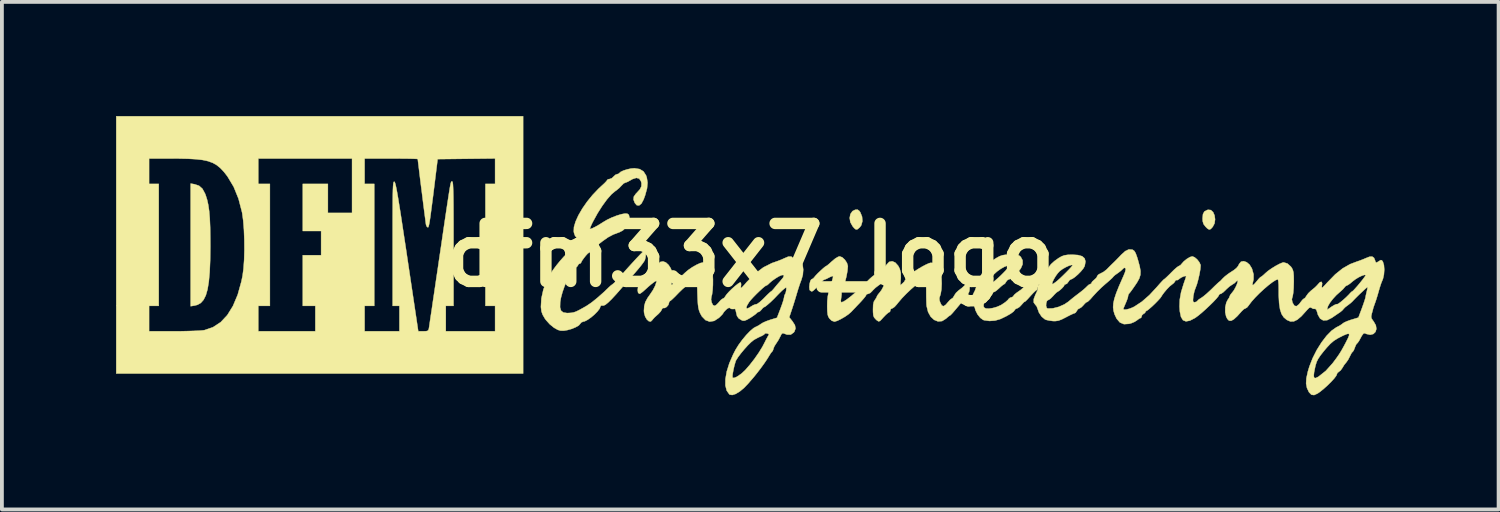
<source format=kicad_pcb>
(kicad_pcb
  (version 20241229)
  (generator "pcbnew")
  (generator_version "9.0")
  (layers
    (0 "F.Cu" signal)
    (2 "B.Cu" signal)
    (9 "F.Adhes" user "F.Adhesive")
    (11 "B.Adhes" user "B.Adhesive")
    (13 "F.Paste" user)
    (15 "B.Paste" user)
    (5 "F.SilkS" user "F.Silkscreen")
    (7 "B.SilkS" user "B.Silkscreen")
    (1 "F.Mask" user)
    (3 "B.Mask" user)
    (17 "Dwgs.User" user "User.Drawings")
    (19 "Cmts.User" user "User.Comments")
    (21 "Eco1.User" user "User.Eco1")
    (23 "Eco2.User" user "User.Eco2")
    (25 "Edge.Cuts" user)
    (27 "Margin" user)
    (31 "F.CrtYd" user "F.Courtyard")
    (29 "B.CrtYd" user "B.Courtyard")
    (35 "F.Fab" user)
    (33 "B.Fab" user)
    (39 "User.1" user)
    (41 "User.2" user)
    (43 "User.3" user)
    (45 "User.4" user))
  (footprint "dfm33x7_logo"
    (layer "F.Cu")
    (at 16.667 3.656)
    (property "Reference" "dfm33x7_logo" (at 0 0 0) (layer "F.SilkS") (effects (font (size 1.524 1.524) (thickness 0.3))))
    (attr through_hole)
    (fp_poly (pts (xy 2.866 -1.163) (xy 2.892 -1.126) (xy 2.938 -1.012) (xy 2.947 -0.892) (xy 2.917 -0.785) (xy 2.879 -0.733) (xy 2.822 -0.683) (xy 2.779 -0.674) (xy 2.733 -0.709) (xy 2.69 -0.76) (xy 2.631 -0.866) (xy 2.613 -0.977) (xy 2.632 -1.079) (xy 2.686 -1.157) (xy 2.758 -1.193) (xy 2.82 -1.197) (xy 2.866 -1.163)) (stroke (width 0.01) (type solid)) (fill yes) (layer "F.SilkS"))
    (fp_poly (pts (xy 12.106 -1.185) (xy 12.164 -1.131) (xy 12.202 -1.044) (xy 12.216 -0.941) (xy 12.202 -0.836) (xy 12.155 -0.745) (xy 12.102 -0.687) (xy 12.06 -0.673) (xy 12.011 -0.703) (xy 11.965 -0.749) (xy 11.913 -0.817) (xy 11.891 -0.892) (xy 11.887 -0.967) (xy 11.898 -1.08) (xy 11.935 -1.148) (xy 12.01 -1.187) (xy 12.032 -1.193) (xy 12.106 -1.185)) (stroke (width 0.01) (type solid)) (fill yes) (layer "F.SilkS"))
    (fp_poly (pts (xy -14.604 -1.864) (xy -14.487 -1.825) (xy -14.398 -1.747) (xy -14.328 -1.618) (xy -14.312 -1.577) (xy -14.273 -1.454) (xy -14.243 -1.317) (xy -14.22 -1.157) (xy -14.204 -0.964) (xy -14.194 -0.732) (xy -14.19 -0.45) (xy -14.189 -0.222) (xy -14.194 0.141) (xy -14.207 0.446) (xy -14.23 0.697) (xy -14.263 0.899) (xy -14.308 1.056) (xy -14.367 1.173) (xy -14.439 1.255) (xy -14.527 1.305) (xy -14.601 1.324) (xy -14.707 1.342) (xy -14.707 -1.882) (xy -14.604 -1.864)) (stroke (width 0.01) (type solid)) (fill yes) (layer "F.SilkS"))
    (fp_poly (pts (xy -5.969 3.111) (xy -16.662 3.111) (xy -16.662 -1.873) (xy -15.799 -1.873) (xy -15.545 -1.873) (xy -15.545 1.333) (xy -15.799 1.333) (xy -15.799 2) (xy -15.145 2) (xy -14.958 1.999) (xy -14.781 1.995) (xy -14.62 1.99) (xy -14.487 1.984) (xy -14.388 1.976) (xy -14.343 1.97) (xy -14.119 1.893) (xy -13.919 1.762) (xy -13.744 1.576) (xy -13.595 1.335) (xy -13.471 1.042) (xy -13.374 0.695) (xy -13.343 0.547) (xy -13.318 0.359) (xy -13.301 0.127) (xy -13.294 -0.134) (xy -13.296 -0.404) (xy -13.306 -0.668) (xy -13.325 -0.907) (xy -13.352 -1.104) (xy -13.356 -1.127) (xy -13.449 -1.484) (xy -13.576 -1.797) (xy -13.736 -2.064) (xy -13.741 -2.072) (xy -13.833 -2.19) (xy -13.924 -2.287) (xy -14.019 -2.365) (xy -14.124 -2.425) (xy -14.246 -2.47) (xy -14.392 -2.502) (xy -14.567 -2.522) (xy -14.777 -2.534) (xy -15.03 -2.539) (xy -15.145 -2.539) (xy -15.799 -2.54) (xy -12.929 -2.54) (xy -12.929 -1.873) (xy -12.624 -1.873) (xy -12.624 1.333) (xy -12.929 1.333) (xy -12.929 2) (xy -11.43 2) (xy -11.43 1.333) (xy -11.76 1.333) (xy -11.76 0) (xy -11.278 0) (xy -11.278 -0.635) (xy -11.76 -0.635) (xy -11.76 -1.873) (xy -11.1 -1.873) (xy -11.1 -1.111) (xy -10.465 -1.111) (xy -10.465 -2.54) (xy -10.135 -2.54) (xy -10.135 -1.873) (xy -9.881 -1.873) (xy -9.881 1.333) (xy -10.135 1.333) (xy -10.135 2) (xy -9.22 2) (xy -9.22 1.333) (xy -9.398 1.333) (xy -9.398 -0.304) (xy -9.398 -0.669) (xy -9.398 -0.975) (xy -9.397 -1.228) (xy -9.396 -1.433) (xy -9.394 -1.594) (xy -9.391 -1.717) (xy -9.387 -1.806) (xy -9.382 -1.867) (xy -9.376 -1.905) (xy -9.369 -1.925) (xy -9.36 -1.931) (xy -9.354 -1.931) (xy -9.344 -1.921) (xy -9.333 -1.892) (xy -9.319 -1.841) (xy -9.302 -1.762) (xy -9.281 -1.652) (xy -9.256 -1.507) (xy -9.226 -1.322) (xy -9.189 -1.092) (xy -9.147 -0.815) (xy -9.097 -0.485) (xy -9.038 -0.098) (xy -9.018 0.04) (xy -8.725 2) (xy -8.592 2) (xy -8.513 1.997) (xy -8.47 1.983) (xy -8.451 1.95) (xy -8.446 1.929) (xy -8.439 1.885) (xy -8.424 1.784) (xy -8.402 1.633) (xy -8.372 1.438) (xy -8.338 1.203) (xy -8.298 0.936) (xy -8.255 0.642) (xy -8.208 0.327) (xy -8.179 0.127) (xy -8.118 -0.283) (xy -8.067 -0.635) (xy -8.023 -0.933) (xy -7.986 -1.182) (xy -7.955 -1.386) (xy -7.93 -1.55) (xy -7.91 -1.678) (xy -7.894 -1.775) (xy -7.881 -1.844) (xy -7.871 -1.891) (xy -7.862 -1.919) (xy -7.855 -1.933) (xy -7.849 -1.938) (xy -7.842 -1.938) (xy -7.834 -1.937) (xy -7.826 -1.929) (xy -7.819 -1.904) (xy -7.813 -1.856) (xy -7.809 -1.78) (xy -7.805 -1.673) (xy -7.802 -1.527) (xy -7.8 -1.34) (xy -7.799 -1.106) (xy -7.798 -0.82) (xy -7.798 -0.478) (xy -7.798 -0.302) (xy -7.798 1.333) (xy -8.001 1.333) (xy -8.001 2) (xy -6.706 2) (xy -6.706 1.333) (xy -6.96 1.333) (xy -6.96 -1.873) (xy -6.706 -1.873) (xy -6.706 -2.541) (xy -7.461 -2.533) (xy -8.216 -2.524) (xy -8.259 -2.175) (xy -8.301 -1.835) (xy -8.336 -1.553) (xy -8.366 -1.323) (xy -8.39 -1.14) (xy -8.409 -0.998) (xy -8.425 -0.893) (xy -8.438 -0.819) (xy -8.449 -0.771) (xy -8.458 -0.744) (xy -8.467 -0.732) (xy -8.474 -0.73) (xy -8.505 -0.757) (xy -8.521 -0.802) (xy -8.528 -0.847) (xy -8.54 -0.943) (xy -8.558 -1.081) (xy -8.58 -1.25) (xy -8.604 -1.44) (xy -8.629 -1.641) (xy -8.655 -1.843) (xy -8.679 -2.036) (xy -8.7 -2.211) (xy -8.718 -2.356) (xy -8.731 -2.462) (xy -8.737 -2.519) (xy -8.738 -2.526) (xy -8.762 -2.53) (xy -8.831 -2.533) (xy -8.937 -2.536) (xy -9.075 -2.538) (xy -9.238 -2.539) (xy -9.419 -2.54) (xy -9.436 -2.54) (xy -10.135 -2.54) (xy -10.465 -2.54) (xy -12.929 -2.54) (xy -15.799 -2.54) (xy -15.799 -1.873) (xy -16.662 -1.873) (xy -16.662 -3.651) (xy -5.969 -3.651) (xy -5.969 3.111)) (stroke (width 0.01) (type solid)) (fill yes) (layer "F.SilkS"))
    (fp_poly (pts (xy -3.043 -2.284) (xy -2.906 -2.262) (xy -2.806 -2.201) (xy -2.739 -2.097) (xy -2.719 -2.038) (xy -2.699 -1.905) (xy -2.713 -1.754) (xy -2.762 -1.575) (xy -2.803 -1.463) (xy -2.86 -1.356) (xy -2.922 -1.306) (xy -2.983 -1.313) (xy -3.033 -1.371) (xy -3.068 -1.46) (xy -3.06 -1.538) (xy -3.006 -1.615) (xy -2.983 -1.638) (xy -2.901 -1.729) (xy -2.861 -1.808) (xy -2.858 -1.889) (xy -2.871 -1.94) (xy -2.918 -2.012) (xy -2.993 -2.032) (xy -3.096 -1.999) (xy -3.15 -1.968) (xy -3.22 -1.929) (xy -3.275 -1.907) (xy -3.287 -1.905) (xy -3.33 -1.883) (xy -3.381 -1.831) (xy -3.384 -1.828) (xy -3.444 -1.765) (xy -3.523 -1.7) (xy -3.546 -1.685) (xy -3.648 -1.599) (xy -3.765 -1.466) (xy -3.889 -1.296) (xy -4.013 -1.101) (xy -4.129 -0.89) (xy -4.159 -0.831) (xy -4.194 -0.754) (xy -4.214 -0.701) (xy -4.216 -0.692) (xy -4.195 -0.69) (xy -4.141 -0.711) (xy -4.064 -0.749) (xy -3.976 -0.799) (xy -3.888 -0.854) (xy -3.881 -0.859) (xy -3.769 -0.926) (xy -3.641 -0.988) (xy -3.51 -1.039) (xy -3.389 -1.076) (xy -3.29 -1.094) (xy -3.231 -1.09) (xy -3.191 -1.061) (xy -3.176 -0.998) (xy -3.175 -0.966) (xy -3.198 -0.849) (xy -3.26 -0.738) (xy -3.349 -0.649) (xy -3.438 -0.603) (xy -3.597 -0.544) (xy -3.737 -0.47) (xy -3.883 -0.367) (xy -3.925 -0.334) (xy -4.01 -0.268) (xy -4.079 -0.218) (xy -4.122 -0.192) (xy -4.128 -0.191) (xy -4.16 -0.166) (xy -4.185 -0.127) (xy -4.219 -0.077) (xy -4.241 -0.064) (xy -4.272 -0.042) (xy -4.321 0.012) (xy -4.375 0.08) (xy -4.421 0.145) (xy -4.444 0.19) (xy -4.445 0.195) (xy -4.466 0.219) (xy -4.483 0.222) (xy -4.517 0.24) (xy -4.521 0.255) (xy -4.542 0.291) (xy -4.581 0.321) (xy -4.637 0.373) (xy -4.68 0.439) (xy -4.728 0.526) (xy -4.771 0.59) (xy -4.826 0.686) (xy -4.883 0.821) (xy -4.936 0.974) (xy -4.976 1.123) (xy -4.995 1.234) (xy -4.999 1.369) (xy -4.974 1.457) (xy -4.915 1.505) (xy -4.816 1.521) (xy -4.771 1.52) (xy -4.702 1.515) (xy -4.642 1.504) (xy -4.579 1.483) (xy -4.503 1.446) (xy -4.401 1.39) (xy -4.303 1.334) (xy -4.177 1.249) (xy -4.023 1.126) (xy -3.852 0.975) (xy -3.723 0.851) (xy -3.665 0.798) (xy -3.619 0.764) (xy -3.615 0.761) (xy -3.581 0.733) (xy -3.521 0.673) (xy -3.447 0.592) (xy -3.422 0.564) (xy -3.258 0.378) (xy -3.111 0.216) (xy -2.986 0.08) (xy -2.886 -0.025) (xy -2.814 -0.095) (xy -2.775 -0.126) (xy -2.771 -0.127) (xy -2.751 -0.1) (xy -2.744 -0.034) (xy -2.751 0.051) (xy -2.77 0.131) (xy -2.772 0.133) (xy -2.801 0.181) (xy -2.86 0.261) (xy -2.941 0.361) (xy -3.036 0.472) (xy -3.054 0.492) (xy -3.152 0.602) (xy -3.238 0.7) (xy -3.306 0.777) (xy -3.346 0.822) (xy -3.349 0.827) (xy -3.508 1.009) (xy -3.636 1.148) (xy -3.735 1.245) (xy -3.808 1.304) (xy -3.859 1.326) (xy -3.874 1.326) (xy -3.923 1.326) (xy -3.937 1.347) (xy -3.958 1.404) (xy -4.014 1.477) (xy -4.092 1.557) (xy -4.182 1.634) (xy -4.272 1.697) (xy -4.35 1.738) (xy -4.39 1.746) (xy -4.445 1.771) (xy -4.468 1.803) (xy -4.508 1.848) (xy -4.587 1.893) (xy -4.689 1.936) (xy -4.803 1.968) (xy -4.894 1.984) (xy -4.98 1.985) (xy -5.059 1.962) (xy -5.154 1.908) (xy -5.158 1.906) (xy -5.27 1.815) (xy -5.372 1.701) (xy -5.397 1.666) (xy -5.456 1.565) (xy -5.487 1.477) (xy -5.5 1.374) (xy -5.501 1.354) (xy -5.489 1.138) (xy -5.438 0.907) (xy -5.352 0.678) (xy -5.265 0.512) (xy -5.186 0.392) (xy -5.089 0.262) (xy -4.985 0.135) (xy -4.888 0.027) (xy -4.81 -0.047) (xy -4.81 -0.048) (xy -4.737 -0.106) (xy -4.672 -0.16) (xy -4.67 -0.162) (xy -4.614 -0.207) (xy -4.535 -0.266) (xy -4.483 -0.303) (xy -4.356 -0.394) (xy -4.456 -0.42) (xy -4.548 -0.453) (xy -4.602 -0.503) (xy -4.631 -0.583) (xy -4.638 -0.623) (xy -4.633 -0.74) (xy -4.59 -0.884) (xy -4.515 -1.049) (xy -4.413 -1.225) (xy -4.288 -1.405) (xy -4.145 -1.581) (xy -3.988 -1.746) (xy -3.903 -1.825) (xy -3.831 -1.891) (xy -3.78 -1.945) (xy -3.759 -1.975) (xy -3.759 -1.975) (xy -3.738 -1.995) (xy -3.7 -2) (xy -3.637 -2.023) (xy -3.594 -2.064) (xy -3.543 -2.112) (xy -3.503 -2.127) (xy -3.457 -2.141) (xy -3.444 -2.155) (xy -3.405 -2.189) (xy -3.331 -2.224) (xy -3.236 -2.254) (xy -3.136 -2.276) (xy -3.046 -2.284) (xy -3.043 -2.284)) (stroke (width 0.01) (type solid)) (fill yes) (layer "F.SilkS"))
    (fp_poly (pts (xy 2.418 0.057) (xy 2.487 0.121) (xy 2.541 0.204) (xy 2.565 0.286) (xy 2.565 0.291) (xy 2.554 0.412) (xy 2.527 0.561) (xy 2.489 0.709) (xy 2.448 0.828) (xy 2.442 0.841) (xy 2.411 0.918) (xy 2.397 0.971) (xy 2.398 0.981) (xy 2.401 1.024) (xy 2.392 1.102) (xy 2.389 1.121) (xy 2.379 1.202) (xy 2.389 1.235) (xy 2.4 1.238) (xy 2.455 1.218) (xy 2.542 1.161) (xy 2.656 1.073) (xy 2.791 0.957) (xy 2.94 0.819) (xy 3.098 0.664) (xy 3.139 0.623) (xy 3.202 0.567) (xy 3.291 0.498) (xy 3.376 0.438) (xy 3.465 0.372) (xy 3.541 0.302) (xy 3.586 0.246) (xy 3.651 0.176) (xy 3.73 0.16) (xy 3.811 0.194) (xy 3.886 0.277) (xy 3.928 0.357) (xy 3.955 0.462) (xy 3.957 0.597) (xy 3.955 0.624) (xy 3.941 0.792) (xy 4.002 0.742) (xy 4.047 0.697) (xy 4.064 0.664) (xy 4.085 0.634) (xy 4.137 0.591) (xy 4.166 0.572) (xy 4.227 0.527) (xy 4.263 0.489) (xy 4.267 0.478) (xy 4.289 0.45) (xy 4.346 0.406) (xy 4.427 0.354) (xy 4.519 0.3) (xy 4.61 0.252) (xy 4.689 0.216) (xy 4.736 0.201) (xy 4.838 0.206) (xy 4.922 0.268) (xy 4.98 0.359) (xy 5.008 0.457) (xy 5.026 0.594) (xy 5.031 0.748) (xy 5.024 0.897) (xy 5.004 1.019) (xy 4.992 1.057) (xy 4.97 1.125) (xy 4.973 1.185) (xy 4.995 1.251) (xy 5.034 1.324) (xy 5.08 1.341) (xy 5.138 1.303) (xy 5.196 1.235) (xy 5.248 1.177) (xy 5.289 1.145) (xy 5.296 1.143) (xy 5.328 1.118) (xy 5.361 1.061) (xy 5.407 0.991) (xy 5.474 0.928) (xy 5.486 0.92) (xy 5.568 0.857) (xy 5.645 0.784) (xy 5.649 0.78) (xy 5.702 0.727) (xy 5.739 0.7) (xy 5.744 0.699) (xy 5.757 0.727) (xy 5.765 0.798) (xy 5.766 0.839) (xy 5.763 0.911) (xy 5.75 0.969) (xy 5.719 1.028) (xy 5.663 1.105) (xy 5.607 1.174) (xy 5.478 1.33) (xy 5.381 1.445) (xy 5.313 1.524) (xy 5.269 1.57) (xy 5.247 1.587) (xy 5.245 1.587) (xy 5.217 1.605) (xy 5.165 1.649) (xy 5.146 1.667) (xy 5.042 1.732) (xy 4.934 1.741) (xy 4.832 1.7) (xy 4.742 1.616) (xy 4.674 1.494) (xy 4.636 1.34) (xy 4.632 1.302) (xy 4.629 1.218) (xy 4.626 1.094) (xy 4.625 0.952) (xy 4.625 0.913) (xy 4.622 0.768) (xy 4.613 0.674) (xy 4.599 0.636) (xy 4.597 0.635) (xy 4.538 0.655) (xy 4.45 0.711) (xy 4.342 0.794) (xy 4.223 0.897) (xy 4.102 1.012) (xy 3.987 1.131) (xy 3.887 1.248) (xy 3.851 1.294) (xy 3.794 1.357) (xy 3.743 1.394) (xy 3.729 1.397) (xy 3.691 1.419) (xy 3.683 1.445) (xy 3.672 1.487) (xy 3.663 1.492) (xy 3.625 1.513) (xy 3.563 1.567) (xy 3.489 1.644) (xy 3.462 1.675) (xy 3.409 1.73) (xy 3.369 1.74) (xy 3.32 1.707) (xy 3.293 1.68) (xy 3.254 1.635) (xy 3.234 1.58) (xy 3.227 1.496) (xy 3.226 1.426) (xy 3.23 1.305) (xy 3.247 1.226) (xy 3.277 1.175) (xy 3.314 1.12) (xy 3.327 1.087) (xy 3.345 1.052) (xy 3.388 0.996) (xy 3.404 0.978) (xy 3.451 0.914) (xy 3.493 0.836) (xy 3.526 0.758) (xy 3.543 0.697) (xy 3.536 0.667) (xy 3.532 0.667) (xy 3.497 0.69) (xy 3.494 0.695) (xy 3.465 0.726) (xy 3.406 0.771) (xy 3.372 0.794) (xy 3.293 0.854) (xy 3.225 0.92) (xy 3.208 0.94) (xy 3.153 0.994) (xy 3.1 1.016) (xy 3.1 1.016) (xy 3.058 1.028) (xy 3.048 1.046) (xy 3.03 1.078) (xy 2.981 1.14) (xy 2.911 1.219) (xy 2.877 1.255) (xy 2.791 1.345) (xy 2.714 1.426) (xy 2.658 1.485) (xy 2.647 1.496) (xy 2.579 1.555) (xy 2.486 1.619) (xy 2.385 1.677) (xy 2.292 1.723) (xy 2.222 1.745) (xy 2.21 1.746) (xy 2.141 1.722) (xy 2.083 1.667) (xy 2.052 1.618) (xy 2.034 1.559) (xy 2.025 1.473) (xy 2.022 1.342) (xy 2.022 1.342) (xy 2.025 1.203) (xy 2.038 1.08) (xy 2.064 0.954) (xy 2.107 0.804) (xy 2.146 0.687) (xy 2.169 0.608) (xy 2.177 0.558) (xy 2.176 0.55) (xy 2.148 0.553) (xy 2.091 0.577) (xy 2.066 0.59) (xy 2.002 0.623) (xy 1.957 0.64) (xy 1.95 0.64) (xy 1.921 0.656) (xy 1.874 0.702) (xy 1.869 0.707) (xy 1.773 0.814) (xy 1.707 0.885) (xy 1.663 0.927) (xy 1.634 0.947) (xy 1.612 0.952) (xy 1.611 0.953) (xy 1.57 0.927) (xy 1.559 0.905) (xy 1.552 0.837) (xy 1.56 0.754) (xy 1.579 0.679) (xy 1.603 0.638) (xy 1.611 0.635) (xy 1.653 0.613) (xy 1.68 0.583) (xy 1.717 0.538) (xy 1.777 0.475) (xy 1.849 0.407) (xy 1.918 0.344) (xy 1.972 0.3) (xy 1.997 0.286) (xy 2.025 0.268) (xy 2.081 0.221) (xy 2.149 0.159) (xy 2.234 0.088) (xy 2.31 0.043) (xy 2.35 0.032) (xy 2.418 0.057)) (stroke (width 0.01) (type solid)) (fill yes) (layer "F.SilkS"))
    (fp_poly (pts (xy 1.129 0.082) (xy 1.147 0.126) (xy 1.167 0.189) (xy 1.191 0.2) (xy 1.236 0.169) (xy 1.236 0.169) (xy 1.284 0.136) (xy 1.315 0.142) (xy 1.338 0.166) (xy 1.377 0.256) (xy 1.392 0.379) (xy 1.382 0.515) (xy 1.346 0.641) (xy 1.307 0.746) (xy 1.263 0.879) (xy 1.231 0.984) (xy 1.189 1.126) (xy 1.139 1.288) (xy 1.099 1.411) (xy 1.025 1.632) (xy 1.109 1.738) (xy 1.173 1.838) (xy 1.19 1.925) (xy 1.161 2.007) (xy 1.143 2.032) (xy 1.065 2.087) (xy 0.964 2.087) (xy 0.902 2.064) (xy 0.855 2.049) (xy 0.823 2.071) (xy 0.792 2.132) (xy 0.744 2.224) (xy 0.685 2.316) (xy 0.679 2.323) (xy 0.635 2.393) (xy 0.611 2.45) (xy 0.61 2.46) (xy 0.59 2.516) (xy 0.577 2.53) (xy 0.542 2.572) (xy 0.497 2.643) (xy 0.483 2.667) (xy 0.435 2.744) (xy 0.362 2.851) (xy 0.273 2.973) (xy 0.18 3.095) (xy 0.094 3.202) (xy 0.054 3.249) (xy -0.004 3.315) (xy -0.048 3.367) (xy -0.161 3.486) (xy -0.275 3.581) (xy -0.382 3.646) (xy -0.474 3.675) (xy -0.54 3.664) (xy -0.548 3.659) (xy -0.618 3.561) (xy -0.653 3.424) (xy -0.652 3.255) (xy -0.64 3.188) (xy -0.469 3.188) (xy -0.467 3.213) (xy -0.431 3.228) (xy -0.36 3.2) (xy -0.257 3.131) (xy -0.224 3.107) (xy -0.127 3.015) (xy -0.013 2.884) (xy 0.107 2.73) (xy 0.221 2.567) (xy 0.318 2.41) (xy 0.367 2.317) (xy 0.418 2.216) (xy 0.461 2.136) (xy 0.487 2.094) (xy 0.49 2.092) (xy 0.486 2.073) (xy 0.447 2.057) (xy 0.399 2.053) (xy 0.381 2.066) (xy 0.359 2.09) (xy 0.305 2.121) (xy 0.286 2.129) (xy 0.198 2.17) (xy 0.105 2.221) (xy 0.091 2.23) (xy 0.023 2.285) (xy -0.064 2.37) (xy -0.157 2.473) (xy -0.247 2.582) (xy -0.323 2.683) (xy -0.374 2.765) (xy -0.386 2.794) (xy -0.416 2.897) (xy -0.442 3.01) (xy -0.461 3.113) (xy -0.469 3.188) (xy -0.64 3.188) (xy -0.618 3.059) (xy -0.55 2.841) (xy -0.449 2.608) (xy -0.387 2.487) (xy -0.307 2.358) (xy -0.21 2.225) (xy -0.105 2.099) (xy -0.003 1.993) (xy 0.087 1.917) (xy 0.136 1.889) (xy 0.216 1.85) (xy 0.282 1.806) (xy 0.338 1.772) (xy 0.425 1.734) (xy 0.524 1.699) (xy 0.703 1.645) (xy 0.796 1.402) (xy 0.839 1.284) (xy 0.872 1.183) (xy 0.888 1.116) (xy 0.889 1.105) (xy 0.901 1.049) (xy 0.911 1.034) (xy 0.931 0.993) (xy 0.945 0.924) (xy 0.95 0.861) (xy 0.936 0.851) (xy 0.891 0.883) (xy 0.833 0.933) (xy 0.759 1.006) (xy 0.72 1.046) (xy 0.628 1.142) (xy 0.536 1.231) (xy 0.454 1.303) (xy 0.394 1.351) (xy 0.365 1.365) (xy 0.332 1.387) (xy 0.298 1.429) (xy 0.252 1.477) (xy 0.218 1.492) (xy 0.18 1.508) (xy 0.174 1.518) (xy 0.148 1.544) (xy 0.089 1.588) (xy 0.009 1.641) (xy 0.005 1.644) (xy -0.087 1.697) (xy -0.149 1.721) (xy -0.196 1.721) (xy -0.223 1.711) (xy -0.303 1.662) (xy -0.348 1.598) (xy -0.371 1.504) (xy -0.387 1.432) (xy -0.411 1.409) (xy -0.436 1.415) (xy -0.493 1.414) (xy -0.52 1.397) (xy -0.543 1.387) (xy -0.104 1.387) (xy -0.082 1.403) (xy -0.023 1.378) (xy 0.006 1.358) (xy 0.077 1.315) (xy 0.135 1.293) (xy 0.153 1.292) (xy 0.189 1.278) (xy 0.252 1.231) (xy 0.33 1.16) (xy 0.362 1.128) (xy 0.44 1.049) (xy 0.503 0.989) (xy 0.542 0.956) (xy 0.548 0.953) (xy 0.574 0.932) (xy 0.619 0.881) (xy 0.632 0.865) (xy 0.694 0.789) (xy 0.77 0.702) (xy 0.794 0.674) (xy 0.862 0.591) (xy 0.886 0.54) (xy 0.866 0.52) (xy 0.819 0.527) (xy 0.749 0.558) (xy 0.66 0.613) (xy 0.571 0.676) (xy 0.503 0.735) (xy 0.487 0.752) (xy 0.445 0.788) (xy 0.427 0.794) (xy 0.392 0.813) (xy 0.329 0.864) (xy 0.249 0.937) (xy 0.162 1.021) (xy 0.078 1.107) (xy 0.008 1.184) (xy -0.035 1.24) (xy -0.089 1.331) (xy -0.104 1.387) (xy -0.543 1.387) (xy -0.555 1.381) (xy -0.602 1.405) (xy -0.634 1.432) (xy -0.684 1.484) (xy -0.71 1.52) (xy -0.711 1.525) (xy -0.73 1.553) (xy -0.779 1.604) (xy -0.823 1.646) (xy -0.947 1.727) (xy -1.067 1.747) (xy -1.176 1.707) (xy -1.271 1.609) (xy -1.318 1.524) (xy -1.345 1.455) (xy -1.363 1.381) (xy -1.375 1.286) (xy -1.383 1.155) (xy -1.388 1.023) (xy -1.392 0.877) (xy -1.398 0.757) (xy -1.403 0.674) (xy -1.408 0.643) (xy -1.44 0.644) (xy -1.502 0.677) (xy -1.587 0.734) (xy -1.684 0.809) (xy -1.783 0.894) (xy -1.875 0.983) (xy -1.893 1.002) (xy -1.977 1.089) (xy -2.048 1.157) (xy -2.095 1.198) (xy -2.11 1.206) (xy -2.132 1.232) (xy -2.134 1.249) (xy -2.153 1.308) (xy -2.198 1.361) (xy -2.249 1.389) (xy -2.271 1.387) (xy -2.309 1.396) (xy -2.324 1.427) (xy -2.353 1.478) (xy -2.41 1.541) (xy -2.446 1.573) (xy -2.512 1.632) (xy -2.56 1.685) (xy -2.573 1.703) (xy -2.614 1.744) (xy -2.665 1.736) (xy -2.717 1.69) (xy -2.762 1.614) (xy -2.789 1.52) (xy -2.794 1.464) (xy -2.786 1.338) (xy -2.757 1.232) (xy -2.699 1.125) (xy -2.632 1.03) (xy -2.557 0.918) (xy -2.499 0.805) (xy -2.467 0.709) (xy -2.464 0.676) (xy -2.483 0.679) (xy -2.532 0.711) (xy -2.602 0.764) (xy -2.681 0.831) (xy -2.753 0.897) (xy -2.824 0.96) (xy -2.882 1.003) (xy -2.91 1.016) (xy -2.947 0.99) (xy -2.959 0.92) (xy -2.946 0.819) (xy -2.931 0.764) (xy -2.886 0.668) (xy -2.81 0.575) (xy -2.696 0.478) (xy -2.555 0.381) (xy -2.486 0.319) (xy -2.43 0.246) (xy -2.366 0.179) (xy -2.293 0.164) (xy -2.217 0.192) (xy -2.147 0.256) (xy -2.089 0.346) (xy -2.051 0.455) (xy -2.04 0.574) (xy -2.054 0.669) (xy -2.071 0.742) (xy -2.073 0.783) (xy -2.072 0.785) (xy -2.05 0.774) (xy -2.002 0.729) (xy -1.961 0.685) (xy -1.902 0.621) (xy -1.857 0.58) (xy -1.843 0.572) (xy -1.814 0.553) (xy -1.761 0.506) (xy -1.719 0.466) (xy -1.63 0.39) (xy -1.523 0.316) (xy -1.412 0.253) (xy -1.313 0.208) (xy -1.239 0.191) (xy -1.238 0.191) (xy -1.159 0.218) (xy -1.079 0.29) (xy -1.016 0.391) (xy -1.002 0.429) (xy -0.986 0.515) (xy -0.98 0.641) (xy -0.981 0.784) (xy -0.99 0.923) (xy -1.005 1.036) (xy -1.02 1.089) (xy -1.03 1.161) (xy -1.015 1.242) (xy -0.982 1.308) (xy -0.941 1.333) (xy -0.898 1.312) (xy -0.842 1.258) (xy -0.826 1.238) (xy -0.772 1.178) (xy -0.728 1.145) (xy -0.719 1.143) (xy -0.681 1.119) (xy -0.654 1.078) (xy -0.618 1.027) (xy -0.557 0.959) (xy -0.481 0.884) (xy -0.401 0.813) (xy -0.328 0.755) (xy -0.275 0.72) (xy -0.253 0.716) (xy -0.24 0.756) (xy -0.245 0.82) (xy -0.249 0.855) (xy -0.238 0.861) (xy -0.205 0.833) (xy -0.145 0.768) (xy -0.094 0.708) (xy 0.121 0.49) (xy 0.345 0.321) (xy 0.569 0.208) (xy 0.61 0.194) (xy 0.718 0.156) (xy 0.819 0.117) (xy 0.893 0.083) (xy 0.895 0.082) (xy 1.003 0.037) (xy 1.08 0.037) (xy 1.129 0.082)) (stroke (width 0.01) (type solid)) (fill yes) (layer "F.SilkS"))
    (fp_poly (pts (xy 10.036 -0.146) (xy 10.055 -0.139) (xy 10.094 -0.11) (xy 10.128 -0.053) (xy 10.164 0.045) (xy 10.189 0.127) (xy 10.234 0.292) (xy 10.256 0.416) (xy 10.253 0.516) (xy 10.225 0.609) (xy 10.168 0.713) (xy 10.118 0.788) (xy 10.051 0.885) (xy 9.996 0.961) (xy 9.96 1.005) (xy 9.953 1.011) (xy 9.933 1.047) (xy 9.931 1.068) (xy 9.92 1.122) (xy 9.89 1.206) (xy 9.868 1.257) (xy 9.832 1.341) (xy 9.809 1.399) (xy 9.804 1.414) (xy 9.826 1.431) (xy 9.882 1.428) (xy 9.96 1.409) (xy 10.046 1.376) (xy 10.096 1.351) (xy 10.293 1.221) (xy 10.49 1.049) (xy 10.681 0.843) (xy 10.759 0.754) (xy 10.823 0.684) (xy 10.864 0.642) (xy 10.874 0.635) (xy 10.9 0.616) (xy 10.954 0.566) (xy 11.028 0.494) (xy 11.061 0.46) (xy 11.141 0.381) (xy 11.21 0.321) (xy 11.255 0.289) (xy 11.264 0.286) (xy 11.306 0.263) (xy 11.331 0.234) (xy 11.391 0.166) (xy 11.472 0.1) (xy 11.554 0.051) (xy 11.617 0.032) (xy 11.677 0.055) (xy 11.744 0.111) (xy 11.801 0.184) (xy 11.834 0.255) (xy 11.836 0.275) (xy 11.827 0.373) (xy 11.804 0.504) (xy 11.772 0.643) (xy 11.738 0.766) (xy 11.709 0.843) (xy 11.673 0.94) (xy 11.647 1.058) (xy 11.642 1.091) (xy 11.635 1.181) (xy 11.64 1.224) (xy 11.664 1.237) (xy 11.679 1.238) (xy 11.73 1.223) (xy 11.749 1.203) (xy 11.783 1.168) (xy 11.842 1.129) (xy 11.85 1.125) (xy 11.906 1.086) (xy 11.988 1.018) (xy 12.081 0.933) (xy 12.126 0.89) (xy 12.209 0.808) (xy 12.277 0.744) (xy 12.32 0.705) (xy 12.33 0.698) (xy 12.354 0.679) (xy 12.4 0.631) (xy 12.41 0.619) (xy 12.473 0.559) (xy 12.558 0.493) (xy 12.608 0.459) (xy 12.71 0.393) (xy 12.777 0.339) (xy 12.82 0.287) (xy 12.849 0.23) (xy 12.898 0.171) (xy 12.968 0.158) (xy 13.046 0.185) (xy 13.121 0.248) (xy 13.18 0.344) (xy 13.185 0.354) (xy 13.227 0.503) (xy 13.226 0.641) (xy 13.209 0.712) (xy 13.196 0.776) (xy 13.213 0.788) (xy 13.258 0.748) (xy 13.312 0.683) (xy 13.367 0.618) (xy 13.407 0.578) (xy 13.419 0.572) (xy 13.449 0.553) (xy 13.503 0.507) (xy 13.533 0.478) (xy 13.606 0.415) (xy 13.702 0.348) (xy 13.807 0.283) (xy 13.906 0.23) (xy 13.985 0.197) (xy 14.019 0.19) (xy 14.118 0.22) (xy 14.208 0.301) (xy 14.237 0.343) (xy 14.261 0.395) (xy 14.276 0.457) (xy 14.283 0.547) (xy 14.285 0.681) (xy 14.284 0.725) (xy 14.28 0.866) (xy 14.27 0.989) (xy 14.256 1.074) (xy 14.25 1.094) (xy 14.233 1.158) (xy 14.245 1.226) (xy 14.259 1.263) (xy 14.304 1.332) (xy 14.359 1.34) (xy 14.424 1.288) (xy 14.464 1.234) (xy 14.511 1.175) (xy 14.547 1.144) (xy 14.552 1.143) (xy 14.584 1.119) (xy 14.619 1.065) (xy 14.666 1.001) (xy 14.737 0.933) (xy 14.766 0.91) (xy 14.841 0.848) (xy 14.904 0.785) (xy 14.92 0.765) (xy 14.974 0.709) (xy 15.013 0.7) (xy 15.03 0.736) (xy 15.026 0.778) (xy 15.02 0.837) (xy 15.026 0.857) (xy 15.052 0.838) (xy 15.103 0.786) (xy 15.17 0.713) (xy 15.173 0.71) (xy 15.374 0.504) (xy 15.567 0.349) (xy 15.763 0.237) (xy 15.926 0.175) (xy 16.027 0.14) (xy 16.126 0.101) (xy 16.167 0.083) (xy 16.273 0.041) (xy 16.345 0.037) (xy 16.392 0.07) (xy 16.415 0.123) (xy 16.436 0.183) (xy 16.461 0.195) (xy 16.508 0.167) (xy 16.515 0.162) (xy 16.568 0.13) (xy 16.598 0.134) (xy 16.626 0.173) (xy 16.653 0.259) (xy 16.662 0.379) (xy 16.653 0.509) (xy 16.628 0.621) (xy 16.616 0.651) (xy 16.581 0.737) (xy 16.543 0.852) (xy 16.523 0.921) (xy 16.486 1.051) (xy 16.445 1.183) (xy 16.426 1.238) (xy 16.395 1.324) (xy 16.375 1.383) (xy 16.371 1.397) (xy 16.362 1.435) (xy 16.342 1.508) (xy 16.336 1.528) (xy 16.319 1.604) (xy 16.325 1.656) (xy 16.36 1.712) (xy 16.382 1.74) (xy 16.441 1.843) (xy 16.455 1.938) (xy 16.431 2.017) (xy 16.375 2.071) (xy 16.293 2.092) (xy 16.192 2.07) (xy 16.154 2.052) (xy 16.119 2.057) (xy 16.075 2.113) (xy 16.042 2.174) (xy 15.998 2.254) (xy 15.962 2.306) (xy 15.948 2.318) (xy 15.925 2.344) (xy 15.896 2.409) (xy 15.889 2.429) (xy 15.86 2.501) (xy 15.835 2.538) (xy 15.831 2.54) (xy 15.807 2.565) (xy 15.773 2.629) (xy 15.761 2.654) (xy 15.716 2.742) (xy 15.668 2.812) (xy 15.66 2.821) (xy 15.607 2.887) (xy 15.564 2.958) (xy 15.517 3.026) (xy 15.469 3.064) (xy 15.428 3.098) (xy 15.418 3.127) (xy 15.398 3.172) (xy 15.344 3.243) (xy 15.265 3.329) (xy 15.171 3.422) (xy 15.07 3.513) (xy 14.972 3.592) (xy 14.91 3.635) (xy 14.818 3.677) (xy 14.747 3.667) (xy 14.685 3.603) (xy 14.682 3.598) (xy 14.631 3.491) (xy 14.608 3.372) (xy 14.616 3.232) (xy 14.629 3.174) (xy 14.808 3.174) (xy 14.821 3.224) (xy 14.858 3.23) (xy 14.921 3.2) (xy 14.936 3.191) (xy 15.127 3.039) (xy 15.305 2.84) (xy 15.312 2.831) (xy 15.404 2.708) (xy 15.473 2.609) (xy 15.533 2.513) (xy 15.596 2.4) (xy 15.653 2.293) (xy 15.713 2.173) (xy 15.741 2.099) (xy 15.732 2.066) (xy 15.685 2.07) (xy 15.597 2.106) (xy 15.557 2.125) (xy 15.432 2.19) (xy 15.333 2.253) (xy 15.244 2.33) (xy 15.149 2.432) (xy 15.075 2.52) (xy 14.985 2.634) (xy 14.925 2.724) (xy 14.885 2.804) (xy 14.858 2.891) (xy 14.849 2.926) (xy 14.818 3.077) (xy 14.808 3.174) (xy 14.629 3.174) (xy 14.654 3.059) (xy 14.695 2.924) (xy 14.78 2.706) (xy 14.888 2.492) (xy 15.013 2.293) (xy 15.145 2.12) (xy 15.278 1.984) (xy 15.405 1.895) (xy 15.422 1.887) (xy 15.497 1.848) (xy 15.557 1.808) (xy 15.569 1.796) (xy 15.612 1.768) (xy 15.689 1.734) (xy 15.784 1.7) (xy 15.796 1.697) (xy 15.983 1.64) (xy 16.073 1.4) (xy 16.115 1.283) (xy 16.148 1.184) (xy 16.167 1.121) (xy 16.168 1.111) (xy 16.18 1.05) (xy 16.2 0.963) (xy 16.202 0.955) (xy 16.219 0.881) (xy 16.224 0.839) (xy 16.223 0.837) (xy 16.202 0.852) (xy 16.151 0.896) (xy 16.082 0.961) (xy 16.003 1.035) (xy 15.926 1.111) (xy 15.861 1.177) (xy 15.824 1.217) (xy 15.777 1.26) (xy 15.71 1.312) (xy 15.697 1.321) (xy 15.635 1.368) (xy 15.594 1.41) (xy 15.589 1.417) (xy 15.556 1.454) (xy 15.497 1.502) (xy 15.475 1.516) (xy 15.387 1.576) (xy 15.295 1.639) (xy 15.283 1.647) (xy 15.163 1.708) (xy 15.06 1.715) (xy 14.977 1.667) (xy 14.919 1.567) (xy 14.907 1.524) (xy 14.879 1.438) (xy 15.158 1.438) (xy 15.278 1.354) (xy 15.349 1.311) (xy 15.403 1.288) (xy 15.422 1.289) (xy 15.451 1.279) (xy 15.507 1.239) (xy 15.58 1.179) (xy 15.658 1.109) (xy 15.729 1.039) (xy 15.769 0.994) (xy 15.806 0.959) (xy 15.82 0.952) (xy 15.846 0.932) (xy 15.895 0.879) (xy 15.96 0.806) (xy 16.029 0.722) (xy 16.094 0.641) (xy 16.145 0.573) (xy 16.172 0.531) (xy 16.174 0.522) (xy 16.14 0.519) (xy 16.075 0.54) (xy 15.993 0.579) (xy 15.909 0.63) (xy 15.834 0.686) (xy 15.826 0.693) (xy 15.758 0.75) (xy 15.704 0.786) (xy 15.684 0.794) (xy 15.643 0.816) (xy 15.618 0.846) (xy 15.575 0.896) (xy 15.51 0.955) (xy 15.494 0.969) (xy 15.401 1.052) (xy 15.311 1.15) (xy 15.236 1.248) (xy 15.187 1.332) (xy 15.176 1.362) (xy 15.158 1.438) (xy 14.879 1.438) (xy 14.878 1.436) (xy 14.847 1.409) (xy 14.841 1.411) (xy 14.793 1.409) (xy 14.757 1.389) (xy 14.723 1.372) (xy 14.687 1.386) (xy 14.636 1.437) (xy 14.612 1.464) (xy 14.484 1.605) (xy 14.377 1.696) (xy 14.283 1.741) (xy 14.195 1.742) (xy 14.106 1.704) (xy 14.098 1.699) (xy 14.02 1.633) (xy 13.962 1.544) (xy 13.923 1.423) (xy 13.899 1.261) (xy 13.888 1.052) (xy 13.888 0.897) (xy 13.886 0.776) (xy 13.879 0.685) (xy 13.869 0.638) (xy 13.866 0.635) (xy 13.809 0.655) (xy 13.724 0.709) (xy 13.618 0.79) (xy 13.502 0.889) (xy 13.384 0.998) (xy 13.273 1.11) (xy 13.178 1.216) (xy 13.108 1.308) (xy 13.102 1.318) (xy 13.056 1.374) (xy 13.017 1.397) (xy 13.017 1.397) (xy 12.975 1.417) (xy 12.922 1.466) (xy 12.92 1.468) (xy 12.801 1.601) (xy 12.709 1.685) (xy 12.638 1.724) (xy 12.582 1.72) (xy 12.537 1.673) (xy 12.507 1.613) (xy 12.482 1.499) (xy 12.484 1.368) (xy 12.511 1.247) (xy 12.549 1.172) (xy 12.586 1.117) (xy 12.598 1.082) (xy 12.616 1.044) (xy 12.659 0.989) (xy 12.668 0.979) (xy 12.712 0.92) (xy 12.755 0.843) (xy 12.79 0.765) (xy 12.81 0.701) (xy 12.807 0.668) (xy 12.803 0.667) (xy 12.769 0.69) (xy 12.763 0.699) (xy 12.731 0.732) (xy 12.672 0.77) (xy 12.665 0.774) (xy 12.593 0.823) (xy 12.514 0.894) (xy 12.492 0.917) (xy 12.429 0.976) (xy 12.376 1.012) (xy 12.36 1.016) (xy 12.324 1.032) (xy 12.319 1.047) (xy 12.299 1.083) (xy 12.246 1.147) (xy 12.168 1.23) (xy 12.073 1.323) (xy 11.97 1.42) (xy 11.868 1.511) (xy 11.775 1.588) (xy 11.7 1.643) (xy 11.69 1.65) (xy 11.555 1.72) (xy 11.45 1.74) (xy 11.372 1.708) (xy 11.32 1.622) (xy 11.29 1.48) (xy 11.281 1.349) (xy 11.288 1.167) (xy 11.323 0.972) (xy 11.391 0.749) (xy 11.406 0.707) (xy 11.435 0.624) (xy 11.453 0.567) (xy 11.455 0.555) (xy 11.436 0.547) (xy 11.388 0.559) (xy 11.331 0.585) (xy 11.282 0.617) (xy 11.273 0.626) (xy 11.229 0.656) (xy 11.206 0.654) (xy 11.177 0.662) (xy 11.167 0.683) (xy 11.134 0.73) (xy 11.084 0.77) (xy 11.025 0.817) (xy 10.95 0.894) (xy 10.876 0.982) (xy 10.818 1.062) (xy 10.803 1.089) (xy 10.772 1.131) (xy 10.714 1.195) (xy 10.64 1.271) (xy 10.561 1.346) (xy 10.489 1.409) (xy 10.437 1.451) (xy 10.417 1.46) (xy 10.39 1.481) (xy 10.389 1.49) (xy 10.368 1.522) (xy 10.338 1.54) (xy 10.297 1.575) (xy 10.287 1.606) (xy 10.271 1.646) (xy 10.259 1.651) (xy 10.221 1.668) (xy 10.166 1.709) (xy 10.163 1.712) (xy 10.098 1.753) (xy 10.009 1.79) (xy 9.956 1.804) (xy 9.822 1.813) (xy 9.715 1.769) (xy 9.629 1.669) (xy 9.575 1.555) (xy 9.548 1.462) (xy 9.536 1.369) (xy 9.543 1.266) (xy 9.569 1.145) (xy 9.618 0.997) (xy 9.691 0.815) (xy 9.79 0.589) (xy 9.803 0.561) (xy 9.85 0.446) (xy 9.867 0.373) (xy 9.86 0.342) (xy 9.825 0.331) (xy 9.791 0.362) (xy 9.741 0.41) (xy 9.67 0.464) (xy 9.651 0.477) (xy 9.587 0.522) (xy 9.545 0.56) (xy 9.539 0.569) (xy 9.512 0.599) (xy 9.453 0.654) (xy 9.374 0.723) (xy 9.34 0.751) (xy 9.23 0.849) (xy 9.114 0.963) (xy 9.015 1.07) (xy 9.01 1.075) (xy 8.941 1.154) (xy 8.885 1.209) (xy 8.854 1.232) (xy 8.851 1.231) (xy 8.826 1.241) (xy 8.781 1.285) (xy 8.764 1.306) (xy 8.708 1.364) (xy 8.661 1.395) (xy 8.652 1.397) (xy 8.61 1.422) (xy 8.585 1.46) (xy 8.551 1.511) (xy 8.527 1.524) (xy 8.491 1.536) (xy 8.421 1.568) (xy 8.33 1.614) (xy 8.297 1.632) (xy 8.184 1.689) (xy 8.098 1.721) (xy 8.019 1.732) (xy 7.954 1.731) (xy 7.862 1.719) (xy 7.781 1.701) (xy 7.747 1.688) (xy 7.658 1.615) (xy 7.587 1.508) (xy 7.555 1.418) (xy 7.526 1.342) (xy 7.49 1.3) (xy 7.449 1.242) (xy 7.451 1.153) (xy 7.494 1.038) (xy 7.508 1.011) (xy 7.545 0.931) (xy 7.562 0.868) (xy 7.561 0.851) (xy 7.55 0.836) (xy 7.546 0.865) (xy 7.533 0.912) (xy 7.52 0.921) (xy 7.492 0.941) (xy 7.437 0.994) (xy 7.367 1.069) (xy 7.355 1.083) (xy 7.288 1.157) (xy 7.238 1.207) (xy 7.214 1.225) (xy 7.214 1.223) (xy 7.198 1.23) (xy 7.158 1.272) (xy 7.135 1.299) (xy 7.077 1.36) (xy 7.024 1.394) (xy 7.011 1.397) (xy 6.965 1.419) (xy 6.951 1.442) (xy 6.917 1.484) (xy 6.842 1.539) (xy 6.732 1.602) (xy 6.594 1.669) (xy 6.566 1.681) (xy 6.433 1.719) (xy 6.286 1.729) (xy 6.151 1.711) (xy 6.121 1.701) (xy 6.046 1.647) (xy 5.973 1.556) (xy 5.92 1.45) (xy 5.906 1.398) (xy 5.883 1.326) (xy 5.853 1.29) (xy 5.824 1.246) (xy 5.818 1.168) (xy 5.834 1.079) (xy 5.864 1.012) (xy 5.906 0.928) (xy 5.931 0.857) (xy 5.967 0.741) (xy 6.303 0.741) (xy 6.316 0.75) (xy 6.362 0.723) (xy 6.369 0.719) (xy 6.428 0.674) (xy 6.508 0.605) (xy 6.581 0.537) (xy 6.654 0.464) (xy 6.713 0.403) (xy 6.744 0.366) (xy 6.786 0.32) (xy 6.82 0.291) (xy 6.845 0.268) (xy 6.832 0.262) (xy 6.775 0.271) (xy 6.769 0.272) (xy 6.683 0.303) (xy 6.583 0.359) (xy 6.485 0.429) (xy 6.405 0.502) (xy 6.365 0.555) (xy 6.33 0.64) (xy 6.313 0.693) (xy 6.303 0.741) (xy 5.967 0.741) (xy 5.972 0.725) (xy 6.026 0.597) (xy 6.084 0.492) (xy 6.133 0.433) (xy 6.179 0.383) (xy 6.198 0.341) (xy 6.222 0.278) (xy 6.289 0.204) (xy 6.392 0.123) (xy 6.464 0.077) (xy 6.551 0.029) (xy 6.628 0.002) (xy 6.715 -0.012) (xy 6.833 -0.015) (xy 6.836 -0.015) (xy 6.95 -0.013) (xy 7.025 -0.004) (xy 7.075 0.015) (xy 7.109 0.045) (xy 7.157 0.135) (xy 7.158 0.238) (xy 7.112 0.345) (xy 7.077 0.392) (xy 6.966 0.513) (xy 6.875 0.595) (xy 6.811 0.633) (xy 6.797 0.635) (xy 6.753 0.66) (xy 6.725 0.699) (xy 6.693 0.748) (xy 6.673 0.762) (xy 6.642 0.78) (xy 6.586 0.826) (xy 6.536 0.873) (xy 6.47 0.93) (xy 6.42 0.964) (xy 6.401 0.968) (xy 6.379 0.981) (xy 6.37 1.009) (xy 6.341 1.056) (xy 6.282 1.109) (xy 6.254 1.128) (xy 6.181 1.191) (xy 6.138 1.267) (xy 6.131 1.341) (xy 6.149 1.38) (xy 6.196 1.402) (xy 6.277 1.404) (xy 6.378 1.389) (xy 6.485 1.358) (xy 6.585 1.314) (xy 6.604 1.303) (xy 6.705 1.235) (xy 6.771 1.176) (xy 6.789 1.151) (xy 6.83 1.117) (xy 6.857 1.111) (xy 6.902 1.092) (xy 6.916 1.071) (xy 6.944 1.035) (xy 7.003 0.986) (xy 7.041 0.96) (xy 7.119 0.905) (xy 7.182 0.847) (xy 7.201 0.826) (xy 7.242 0.778) (xy 7.243 0.778) (xy 7.569 0.778) (xy 7.582 0.794) (xy 7.595 0.778) (xy 7.582 0.762) (xy 7.569 0.778) (xy 7.243 0.778) (xy 7.268 0.762) (xy 7.293 0.748) (xy 7.933 0.748) (xy 7.943 0.762) (xy 7.974 0.745) (xy 8.031 0.704) (xy 8.067 0.675) (xy 8.139 0.611) (xy 8.221 0.533) (xy 8.304 0.451) (xy 8.38 0.373) (xy 8.438 0.309) (xy 8.469 0.269) (xy 8.472 0.261) (xy 8.439 0.258) (xy 8.375 0.278) (xy 8.294 0.315) (xy 8.211 0.362) (xy 8.141 0.413) (xy 8.135 0.417) (xy 8.082 0.474) (xy 8.028 0.548) (xy 7.98 0.628) (xy 7.946 0.699) (xy 7.933 0.748) (xy 7.293 0.748) (xy 7.307 0.739) (xy 7.375 0.669) (xy 7.466 0.559) (xy 7.53 0.498) (xy 7.577 0.487) (xy 7.602 0.523) (xy 7.601 0.585) (xy 7.599 0.65) (xy 7.619 0.661) (xy 7.653 0.621) (xy 7.679 0.572) (xy 7.725 0.496) (xy 7.772 0.445) (xy 7.774 0.444) (xy 7.813 0.401) (xy 7.823 0.37) (xy 7.845 0.312) (xy 7.904 0.237) (xy 7.992 0.157) (xy 8.099 0.08) (xy 8.103 0.077) (xy 8.183 0.031) (xy 8.257 0.004) (xy 8.344 -0.009) (xy 8.458 -0.013) (xy 8.613 -0.003) (xy 8.722 0.028) (xy 8.787 0.084) (xy 8.81 0.166) (xy 8.791 0.276) (xy 8.787 0.29) (xy 8.752 0.351) (xy 8.689 0.428) (xy 8.61 0.508) (xy 8.53 0.577) (xy 8.462 0.623) (xy 8.428 0.635) (xy 8.389 0.659) (xy 8.362 0.699) (xy 8.323 0.749) (xy 8.293 0.762) (xy 8.259 0.776) (xy 8.255 0.788) (xy 8.236 0.822) (xy 8.191 0.872) (xy 8.135 0.922) (xy 8.088 0.955) (xy 8.078 0.96) (xy 8.043 0.985) (xy 7.988 1.04) (xy 7.96 1.072) (xy 7.9 1.133) (xy 7.851 1.17) (xy 7.837 1.175) (xy 7.799 1.2) (xy 7.778 1.259) (xy 7.774 1.329) (xy 7.79 1.384) (xy 7.817 1.402) (xy 7.954 1.397) (xy 8.108 1.358) (xy 8.255 1.293) (xy 8.358 1.224) (xy 8.427 1.166) (xy 8.485 1.119) (xy 8.546 1.071) (xy 8.626 1.01) (xy 8.686 0.964) (xy 8.763 0.902) (xy 8.828 0.843) (xy 8.85 0.82) (xy 8.899 0.776) (xy 8.933 0.762) (xy 8.964 0.744) (xy 8.966 0.732) (xy 8.986 0.697) (xy 9.034 0.652) (xy 9.042 0.646) (xy 9.094 0.598) (xy 9.118 0.554) (xy 9.119 0.55) (xy 9.141 0.517) (xy 9.195 0.485) (xy 9.208 0.48) (xy 9.287 0.438) (xy 9.369 0.374) (xy 9.383 0.359) (xy 9.461 0.28) (xy 9.542 0.201) (xy 9.553 0.191) (xy 9.622 0.122) (xy 9.705 0.037) (xy 9.747 -0.008) (xy 9.855 -0.106) (xy 9.948 -0.151) (xy 10.036 -0.146)) (stroke (width 0.01) (type solid)) (fill yes) (layer "F.SilkS")))
  (gr_rect
    (start -3 -3)
    (end 36.334 10.339)
    (stroke (width 0.1) (type default))
    (fill no)
    (layer "Edge.Cuts")))
</source>
